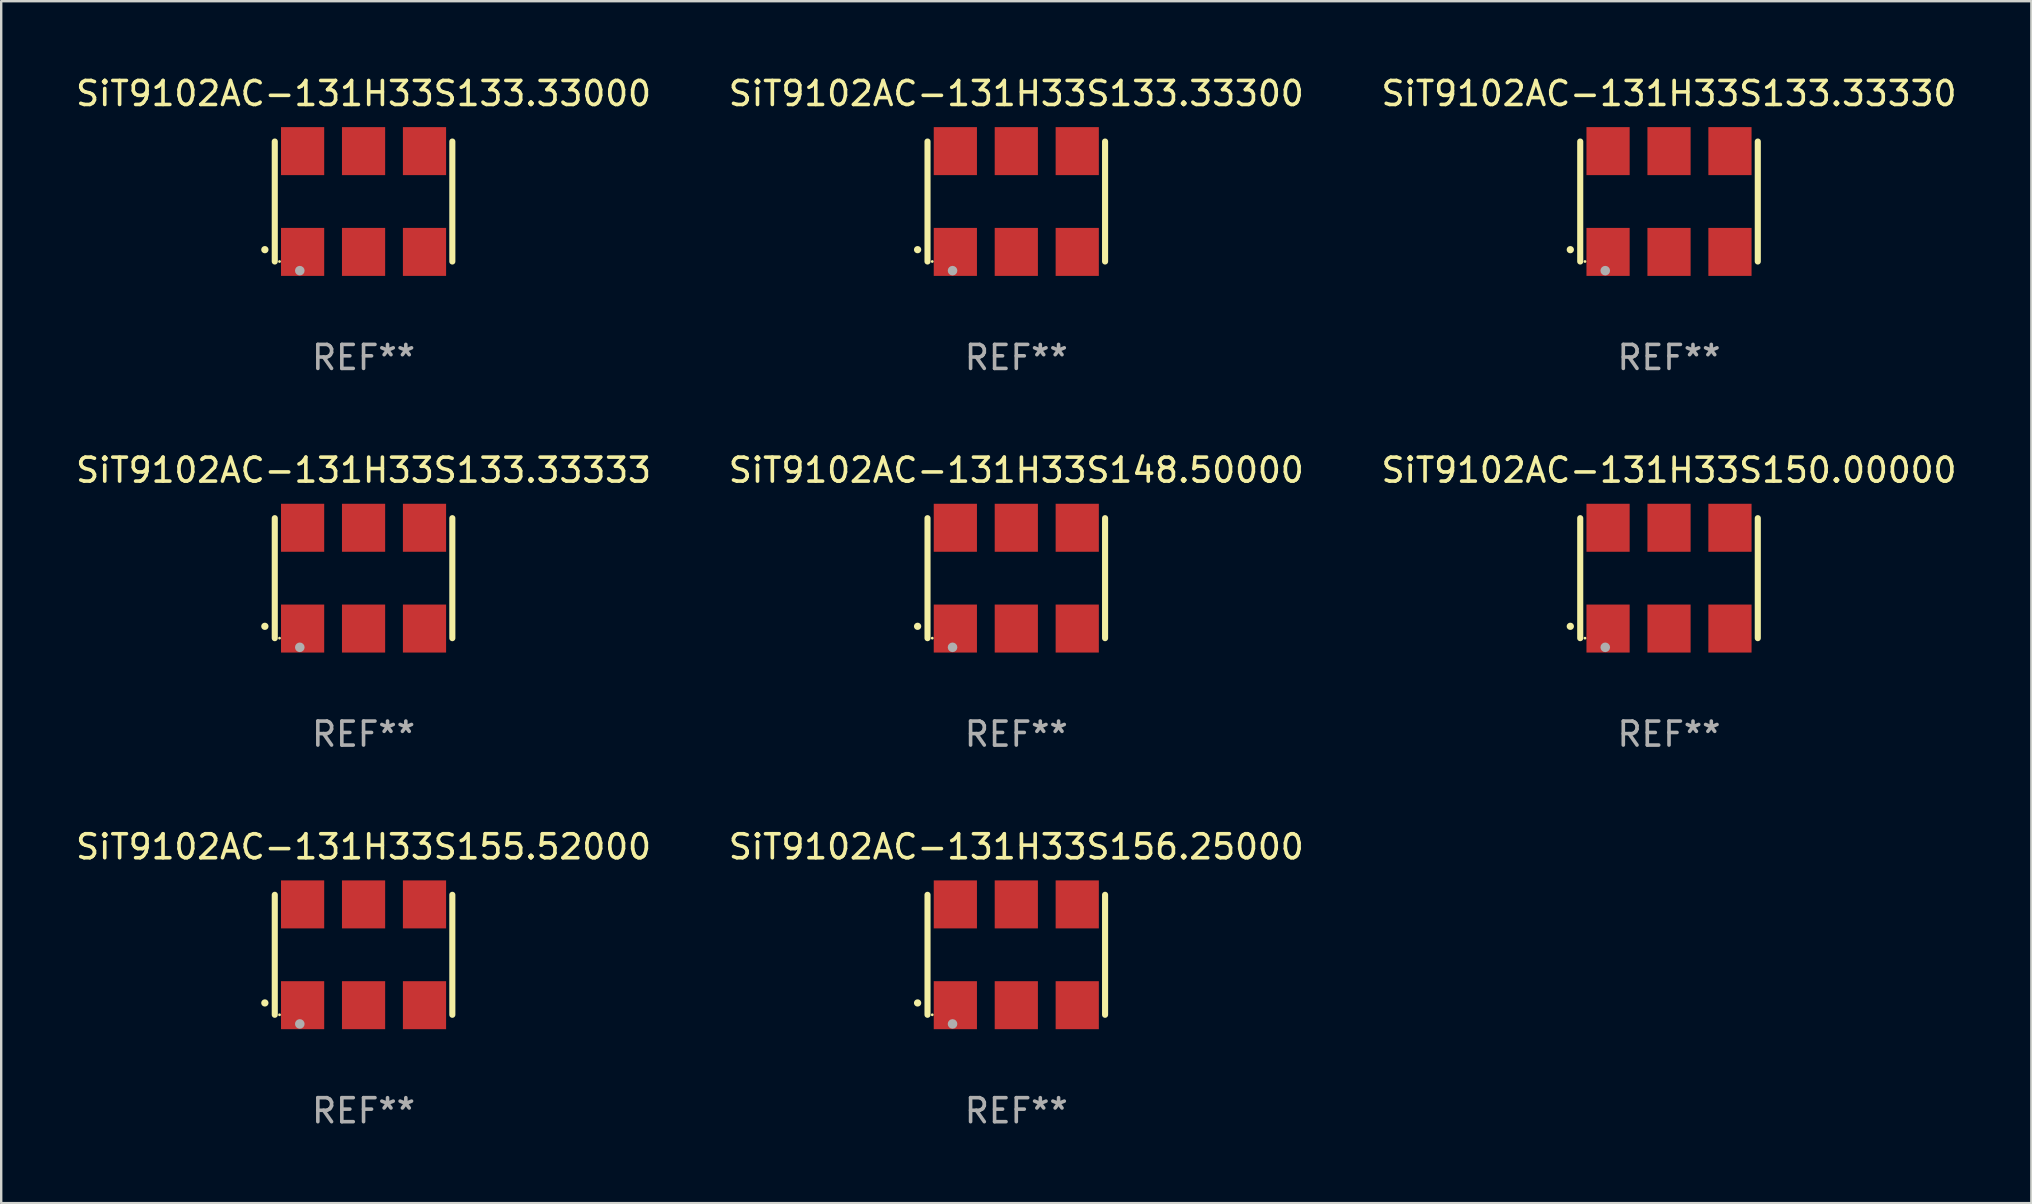
<source format=kicad_pcb>
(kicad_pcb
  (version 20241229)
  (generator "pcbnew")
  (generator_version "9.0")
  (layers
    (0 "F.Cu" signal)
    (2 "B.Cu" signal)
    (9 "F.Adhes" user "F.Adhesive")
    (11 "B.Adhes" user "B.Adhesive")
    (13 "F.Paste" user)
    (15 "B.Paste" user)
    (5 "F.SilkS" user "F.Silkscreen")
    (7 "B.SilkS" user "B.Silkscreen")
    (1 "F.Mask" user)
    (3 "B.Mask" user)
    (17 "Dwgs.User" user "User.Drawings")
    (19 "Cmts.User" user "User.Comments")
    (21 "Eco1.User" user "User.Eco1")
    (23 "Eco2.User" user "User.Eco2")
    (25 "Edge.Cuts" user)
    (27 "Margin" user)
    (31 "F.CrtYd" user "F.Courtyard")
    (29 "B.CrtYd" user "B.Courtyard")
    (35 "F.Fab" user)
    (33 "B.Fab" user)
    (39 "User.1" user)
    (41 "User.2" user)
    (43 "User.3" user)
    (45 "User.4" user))
  (footprint "SiT9102AC-131H33S156.25000"
    (layer "F.Cu")
    (at 39.304 36.741)
    (property "Reference" "SiT9102AC-131H33S156.25000" (at 0 -4.5 0) (layer "F.SilkS") (effects (font (size 1 1) (thickness 0.15))))
    (attr through_hole)
    (fp_line (start -3.7 -2.5) (end -3.7 2.5) (stroke (width 0.254) (type solid)) (layer "F.SilkS"))
    (fp_line (start 3.7 -2.5) (end 3.7 2.5) (stroke (width 0.254) (type solid)) (layer "F.SilkS"))
    (fp_arc (start -4.114415 2.006604) (mid -4.113145 2.006599) (end -4.111875 2.006604) (stroke (width 0.3) (type solid)) (layer "F.SilkS"))
    (fp_circle (center -3.502 2.5) (end -3.472 2.5) (stroke (width 0.06) (type solid)) (fill no) (layer "F.SilkS"))
    (fp_circle (center -2.657 2.882) (end -2.557 2.882) (stroke (width 0.2) (type solid)) (fill no) (layer "F.Fab"))
    (fp_text user "REF**" (at 0 6.5 0) (layer "F.Fab") (effects (font (size 1 1) (thickness 0.15))))
    (pad "1" smd rect (at -2.54 2.1) (size 1.8 2) (layers "F.Cu" "F.Mask" "F.Paste"))
    (pad "2" smd rect (at 0.000394 2.1) (size 1.8 2) (layers "F.Cu" "F.Mask" "F.Paste"))
    (pad "3" smd rect (at 2.54 2.1) (size 1.8 2) (layers "F.Cu" "F.Mask" "F.Paste"))
    (pad "4" smd rect (at 2.54 -2.1) (size 1.8 2) (layers "F.Cu" "F.Mask" "F.Paste"))
    (pad "5" smd rect (at 0.000394 -2.1) (size 1.8 2) (layers "F.Cu" "F.Mask" "F.Paste"))
    (pad "6" smd rect (at -2.54 -2.1) (size 1.8 2) (layers "F.Cu" "F.Mask" "F.Paste")))
  (footprint "SiT9102AC-131H33S133.33333"
    (layer "F.Cu")
    (at 12.101 21.045)
    (property "Reference" "SiT9102AC-131H33S133.33333" (at 0 -4.5 0) (layer "F.SilkS") (effects (font (size 1 1) (thickness 0.15))))
    (attr through_hole)
    (fp_line (start -3.7 -2.5) (end -3.7 2.5) (stroke (width 0.254) (type solid)) (layer "F.SilkS"))
    (fp_line (start 3.7 -2.5) (end 3.7 2.5) (stroke (width 0.254) (type solid)) (layer "F.SilkS"))
    (fp_arc (start -4.114415 2.006604) (mid -4.113145 2.006599) (end -4.111875 2.006604) (stroke (width 0.3) (type solid)) (layer "F.SilkS"))
    (fp_circle (center -3.502 2.5) (end -3.472 2.5) (stroke (width 0.06) (type solid)) (fill no) (layer "F.SilkS"))
    (fp_circle (center -2.657 2.882) (end -2.557 2.882) (stroke (width 0.2) (type solid)) (fill no) (layer "F.Fab"))
    (fp_text user "REF**" (at 0 6.5 0) (layer "F.Fab") (effects (font (size 1 1) (thickness 0.15))))
    (pad "1" smd rect (at -2.54 2.1) (size 1.8 2) (layers "F.Cu" "F.Mask" "F.Paste"))
    (pad "2" smd rect (at 0.000394 2.1) (size 1.8 2) (layers "F.Cu" "F.Mask" "F.Paste"))
    (pad "3" smd rect (at 2.54 2.1) (size 1.8 2) (layers "F.Cu" "F.Mask" "F.Paste"))
    (pad "4" smd rect (at 2.54 -2.1) (size 1.8 2) (layers "F.Cu" "F.Mask" "F.Paste"))
    (pad "5" smd rect (at 0.000394 -2.1) (size 1.8 2) (layers "F.Cu" "F.Mask" "F.Paste"))
    (pad "6" smd rect (at -2.54 -2.1) (size 1.8 2) (layers "F.Cu" "F.Mask" "F.Paste")))
  (footprint "SiT9102AC-131H33S133.33300"
    (layer "F.Cu")
    (at 39.304 5.348)
    (property "Reference" "SiT9102AC-131H33S133.33300" (at 0 -4.5 0) (layer "F.SilkS") (effects (font (size 1 1) (thickness 0.15))))
    (attr through_hole)
    (fp_line (start -3.7 -2.5) (end -3.7 2.5) (stroke (width 0.254) (type solid)) (layer "F.SilkS"))
    (fp_line (start 3.7 -2.5) (end 3.7 2.5) (stroke (width 0.254) (type solid)) (layer "F.SilkS"))
    (fp_arc (start -4.114415 2.006604) (mid -4.113145 2.006599) (end -4.111875 2.006604) (stroke (width 0.3) (type solid)) (layer "F.SilkS"))
    (fp_circle (center -3.502 2.5) (end -3.472 2.5) (stroke (width 0.06) (type solid)) (fill no) (layer "F.SilkS"))
    (fp_circle (center -2.657 2.882) (end -2.557 2.882) (stroke (width 0.2) (type solid)) (fill no) (layer "F.Fab"))
    (fp_text user "REF**" (at 0 6.5 0) (layer "F.Fab") (effects (font (size 1 1) (thickness 0.15))))
    (pad "1" smd rect (at -2.54 2.1) (size 1.8 2) (layers "F.Cu" "F.Mask" "F.Paste"))
    (pad "2" smd rect (at 0.000394 2.1) (size 1.8 2) (layers "F.Cu" "F.Mask" "F.Paste"))
    (pad "3" smd rect (at 2.54 2.1) (size 1.8 2) (layers "F.Cu" "F.Mask" "F.Paste"))
    (pad "4" smd rect (at 2.54 -2.1) (size 1.8 2) (layers "F.Cu" "F.Mask" "F.Paste"))
    (pad "5" smd rect (at 0.000394 -2.1) (size 1.8 2) (layers "F.Cu" "F.Mask" "F.Paste"))
    (pad "6" smd rect (at -2.54 -2.1) (size 1.8 2) (layers "F.Cu" "F.Mask" "F.Paste")))
  (footprint "SiT9102AC-131H33S155.52000"
    (layer "F.Cu")
    (at 12.101 36.741)
    (property "Reference" "SiT9102AC-131H33S155.52000" (at 0 -4.5 0) (layer "F.SilkS") (effects (font (size 1 1) (thickness 0.15))))
    (attr through_hole)
    (fp_line (start -3.7 -2.5) (end -3.7 2.5) (stroke (width 0.254) (type solid)) (layer "F.SilkS"))
    (fp_line (start 3.7 -2.5) (end 3.7 2.5) (stroke (width 0.254) (type solid)) (layer "F.SilkS"))
    (fp_arc (start -4.114415 2.006604) (mid -4.113145 2.006599) (end -4.111875 2.006604) (stroke (width 0.3) (type solid)) (layer "F.SilkS"))
    (fp_circle (center -3.502 2.5) (end -3.472 2.5) (stroke (width 0.06) (type solid)) (fill no) (layer "F.SilkS"))
    (fp_circle (center -2.657 2.882) (end -2.557 2.882) (stroke (width 0.2) (type solid)) (fill no) (layer "F.Fab"))
    (fp_text user "REF**" (at 0 6.5 0) (layer "F.Fab") (effects (font (size 1 1) (thickness 0.15))))
    (pad "1" smd rect (at -2.54 2.1) (size 1.8 2) (layers "F.Cu" "F.Mask" "F.Paste"))
    (pad "2" smd rect (at 0.000394 2.1) (size 1.8 2) (layers "F.Cu" "F.Mask" "F.Paste"))
    (pad "3" smd rect (at 2.54 2.1) (size 1.8 2) (layers "F.Cu" "F.Mask" "F.Paste"))
    (pad "4" smd rect (at 2.54 -2.1) (size 1.8 2) (layers "F.Cu" "F.Mask" "F.Paste"))
    (pad "5" smd rect (at 0.000394 -2.1) (size 1.8 2) (layers "F.Cu" "F.Mask" "F.Paste"))
    (pad "6" smd rect (at -2.54 -2.1) (size 1.8 2) (layers "F.Cu" "F.Mask" "F.Paste")))
  (footprint "SiT9102AC-131H33S133.33000"
    (layer "F.Cu")
    (at 12.101 5.348)
    (property "Reference" "SiT9102AC-131H33S133.33000" (at 0 -4.5 0) (layer "F.SilkS") (effects (font (size 1 1) (thickness 0.15))))
    (attr through_hole)
    (fp_line (start -3.7 -2.5) (end -3.7 2.5) (stroke (width 0.254) (type solid)) (layer "F.SilkS"))
    (fp_line (start 3.7 -2.5) (end 3.7 2.5) (stroke (width 0.254) (type solid)) (layer "F.SilkS"))
    (fp_arc (start -4.114415 2.006604) (mid -4.113145 2.006599) (end -4.111875 2.006604) (stroke (width 0.3) (type solid)) (layer "F.SilkS"))
    (fp_circle (center -3.502 2.5) (end -3.472 2.5) (stroke (width 0.06) (type solid)) (fill no) (layer "F.SilkS"))
    (fp_circle (center -2.657 2.882) (end -2.557 2.882) (stroke (width 0.2) (type solid)) (fill no) (layer "F.Fab"))
    (fp_text user "REF**" (at 0 6.5 0) (layer "F.Fab") (effects (font (size 1 1) (thickness 0.15))))
    (pad "1" smd rect (at -2.54 2.1) (size 1.8 2) (layers "F.Cu" "F.Mask" "F.Paste"))
    (pad "2" smd rect (at 0.000394 2.1) (size 1.8 2) (layers "F.Cu" "F.Mask" "F.Paste"))
    (pad "3" smd rect (at 2.54 2.1) (size 1.8 2) (layers "F.Cu" "F.Mask" "F.Paste"))
    (pad "4" smd rect (at 2.54 -2.1) (size 1.8 2) (layers "F.Cu" "F.Mask" "F.Paste"))
    (pad "5" smd rect (at 0.000394 -2.1) (size 1.8 2) (layers "F.Cu" "F.Mask" "F.Paste"))
    (pad "6" smd rect (at -2.54 -2.1) (size 1.8 2) (layers "F.Cu" "F.Mask" "F.Paste")))
  (footprint "SiT9102AC-131H33S150.00000"
    (layer "F.Cu")
    (at 66.506 21.045)
    (property "Reference" "SiT9102AC-131H33S150.00000" (at 0 -4.5 0) (layer "F.SilkS") (effects (font (size 1 1) (thickness 0.15))))
    (attr through_hole)
    (fp_line (start -3.7 -2.5) (end -3.7 2.5) (stroke (width 0.254) (type solid)) (layer "F.SilkS"))
    (fp_line (start 3.7 -2.5) (end 3.7 2.5) (stroke (width 0.254) (type solid)) (layer "F.SilkS"))
    (fp_arc (start -4.114415 2.006604) (mid -4.113145 2.006599) (end -4.111875 2.006604) (stroke (width 0.3) (type solid)) (layer "F.SilkS"))
    (fp_circle (center -3.502 2.5) (end -3.472 2.5) (stroke (width 0.06) (type solid)) (fill no) (layer "F.SilkS"))
    (fp_circle (center -2.657 2.882) (end -2.557 2.882) (stroke (width 0.2) (type solid)) (fill no) (layer "F.Fab"))
    (fp_text user "REF**" (at 0 6.5 0) (layer "F.Fab") (effects (font (size 1 1) (thickness 0.15))))
    (pad "1" smd rect (at -2.54 2.1) (size 1.8 2) (layers "F.Cu" "F.Mask" "F.Paste"))
    (pad "2" smd rect (at 0.000394 2.1) (size 1.8 2) (layers "F.Cu" "F.Mask" "F.Paste"))
    (pad "3" smd rect (at 2.54 2.1) (size 1.8 2) (layers "F.Cu" "F.Mask" "F.Paste"))
    (pad "4" smd rect (at 2.54 -2.1) (size 1.8 2) (layers "F.Cu" "F.Mask" "F.Paste"))
    (pad "5" smd rect (at 0.000394 -2.1) (size 1.8 2) (layers "F.Cu" "F.Mask" "F.Paste"))
    (pad "6" smd rect (at -2.54 -2.1) (size 1.8 2) (layers "F.Cu" "F.Mask" "F.Paste")))
  (footprint "SiT9102AC-131H33S133.33330"
    (layer "F.Cu")
    (at 66.506 5.348)
    (property "Reference" "SiT9102AC-131H33S133.33330" (at 0 -4.5 0) (layer "F.SilkS") (effects (font (size 1 1) (thickness 0.15))))
    (attr through_hole)
    (fp_line (start -3.7 -2.5) (end -3.7 2.5) (stroke (width 0.254) (type solid)) (layer "F.SilkS"))
    (fp_line (start 3.7 -2.5) (end 3.7 2.5) (stroke (width 0.254) (type solid)) (layer "F.SilkS"))
    (fp_arc (start -4.114415 2.006604) (mid -4.113145 2.006599) (end -4.111875 2.006604) (stroke (width 0.3) (type solid)) (layer "F.SilkS"))
    (fp_circle (center -3.502 2.5) (end -3.472 2.5) (stroke (width 0.06) (type solid)) (fill no) (layer "F.SilkS"))
    (fp_circle (center -2.657 2.882) (end -2.557 2.882) (stroke (width 0.2) (type solid)) (fill no) (layer "F.Fab"))
    (fp_text user "REF**" (at 0 6.5 0) (layer "F.Fab") (effects (font (size 1 1) (thickness 0.15))))
    (pad "1" smd rect (at -2.54 2.1) (size 1.8 2) (layers "F.Cu" "F.Mask" "F.Paste"))
    (pad "2" smd rect (at 0.000394 2.1) (size 1.8 2) (layers "F.Cu" "F.Mask" "F.Paste"))
    (pad "3" smd rect (at 2.54 2.1) (size 1.8 2) (layers "F.Cu" "F.Mask" "F.Paste"))
    (pad "4" smd rect (at 2.54 -2.1) (size 1.8 2) (layers "F.Cu" "F.Mask" "F.Paste"))
    (pad "5" smd rect (at 0.000394 -2.1) (size 1.8 2) (layers "F.Cu" "F.Mask" "F.Paste"))
    (pad "6" smd rect (at -2.54 -2.1) (size 1.8 2) (layers "F.Cu" "F.Mask" "F.Paste")))
  (footprint "SiT9102AC-131H33S148.50000"
    (layer "F.Cu")
    (at 39.304 21.045)
    (property "Reference" "SiT9102AC-131H33S148.50000" (at 0 -4.5 0) (layer "F.SilkS") (effects (font (size 1 1) (thickness 0.15))))
    (attr through_hole)
    (fp_line (start -3.7 -2.5) (end -3.7 2.5) (stroke (width 0.254) (type solid)) (layer "F.SilkS"))
    (fp_line (start 3.7 -2.5) (end 3.7 2.5) (stroke (width 0.254) (type solid)) (layer "F.SilkS"))
    (fp_arc (start -4.114415 2.006604) (mid -4.113145 2.006599) (end -4.111875 2.006604) (stroke (width 0.3) (type solid)) (layer "F.SilkS"))
    (fp_circle (center -3.502 2.5) (end -3.472 2.5) (stroke (width 0.06) (type solid)) (fill no) (layer "F.SilkS"))
    (fp_circle (center -2.657 2.882) (end -2.557 2.882) (stroke (width 0.2) (type solid)) (fill no) (layer "F.Fab"))
    (fp_text user "REF**" (at 0 6.5 0) (layer "F.Fab") (effects (font (size 1 1) (thickness 0.15))))
    (pad "1" smd rect (at -2.54 2.1) (size 1.8 2) (layers "F.Cu" "F.Mask" "F.Paste"))
    (pad "2" smd rect (at 0.000394 2.1) (size 1.8 2) (layers "F.Cu" "F.Mask" "F.Paste"))
    (pad "3" smd rect (at 2.54 2.1) (size 1.8 2) (layers "F.Cu" "F.Mask" "F.Paste"))
    (pad "4" smd rect (at 2.54 -2.1) (size 1.8 2) (layers "F.Cu" "F.Mask" "F.Paste"))
    (pad "5" smd rect (at 0.000394 -2.1) (size 1.8 2) (layers "F.Cu" "F.Mask" "F.Paste"))
    (pad "6" smd rect (at -2.54 -2.1) (size 1.8 2) (layers "F.Cu" "F.Mask" "F.Paste")))
  (gr_rect
    (start -3 -3)
    (end 81.607 47.09)
    (stroke (width 0.1) (type default))
    (fill no)
    (layer "Edge.Cuts")))
</source>
